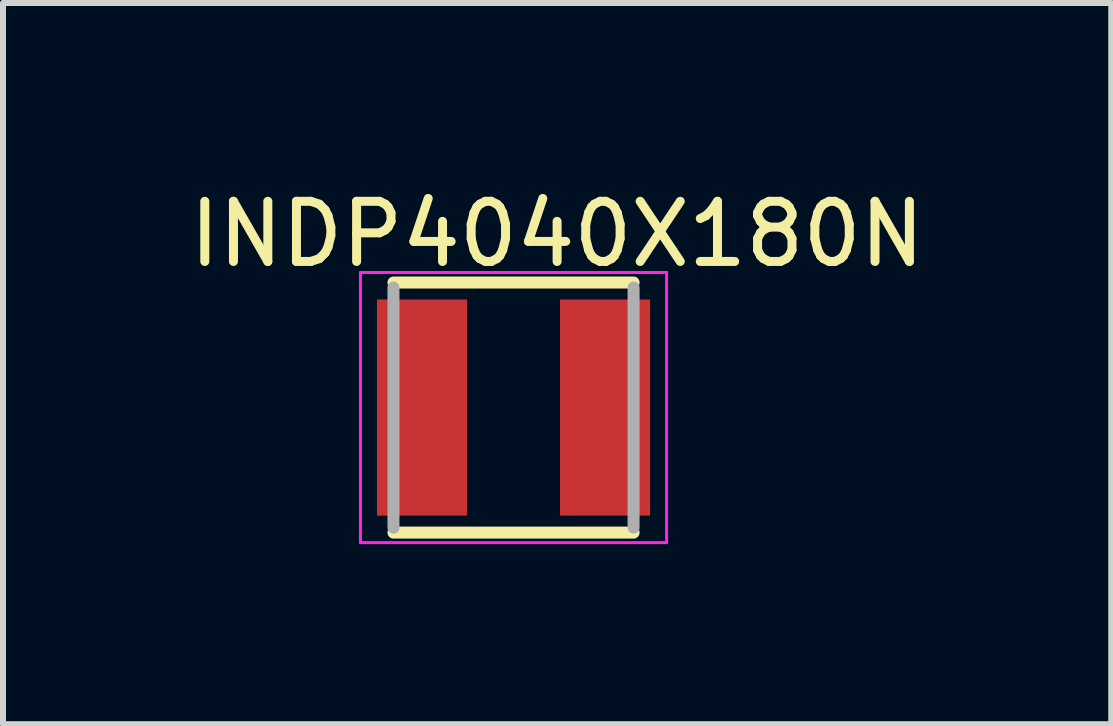
<source format=kicad_pcb>
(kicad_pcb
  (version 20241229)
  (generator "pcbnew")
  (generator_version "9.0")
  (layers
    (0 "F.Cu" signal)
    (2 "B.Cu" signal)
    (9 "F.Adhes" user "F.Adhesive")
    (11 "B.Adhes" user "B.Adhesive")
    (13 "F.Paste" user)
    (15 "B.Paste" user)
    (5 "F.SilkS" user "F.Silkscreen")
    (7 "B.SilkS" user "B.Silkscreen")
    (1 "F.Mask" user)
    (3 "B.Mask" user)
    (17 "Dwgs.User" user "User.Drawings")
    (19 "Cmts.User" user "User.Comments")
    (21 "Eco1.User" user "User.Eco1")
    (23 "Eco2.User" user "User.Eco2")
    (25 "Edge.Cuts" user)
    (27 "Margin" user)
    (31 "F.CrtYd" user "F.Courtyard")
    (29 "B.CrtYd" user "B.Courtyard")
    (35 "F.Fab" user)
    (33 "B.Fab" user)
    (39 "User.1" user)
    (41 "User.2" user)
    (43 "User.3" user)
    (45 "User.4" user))
  (footprint "INDP4040X180N"
    (layer "F.Cu")
    (at 5.505 3.74)
    (property "Reference" "INDP4040X180N" (at 0.726 -2.89 0) (layer "F.SilkS") (effects (font (size 1.002 1.002) (thickness 0.15))))
    (attr smd)
    (fp_line (start -2 -2.083) (end 2 -2.083) (stroke (width 0.2) (type solid)) (layer "F.SilkS"))
    (fp_line (start 2 2.083) (end -2 2.083) (stroke (width 0.2) (type solid)) (layer "F.SilkS"))
    (fp_line (start -2.55 -2.25) (end 2.55 -2.25) (stroke (width 0.05) (type solid)) (layer "F.CrtYd"))
    (fp_line (start -2.55 2.25) (end -2.55 -2.25) (stroke (width 0.05) (type solid)) (layer "F.CrtYd"))
    (fp_line (start 2.55 -2.25) (end 2.55 2.25) (stroke (width 0.05) (type solid)) (layer "F.CrtYd"))
    (fp_line (start 2.55 2.25) (end -2.55 2.25) (stroke (width 0.05) (type solid)) (layer "F.CrtYd"))
    (fp_line (start -2 2) (end -2 -2) (stroke (width 0.2) (type solid)) (layer "F.Fab"))
    (fp_line (start 2 -2) (end 2 2) (stroke (width 0.2) (type solid)) (layer "F.Fab"))
    (pad "1" smd rect (at -1.525 0) (size 1.5 3.6) (layers "F.Cu" "F.Mask" "F.Paste"))
    (pad "2" smd rect (at 1.525 0) (size 1.5 3.6) (layers "F.Cu" "F.Mask" "F.Paste")))
  (gr_rect
    (start -3 -3)
    (end 15.463 9.015)
    (stroke (width 0.1) (type default))
    (fill no)
    (layer "Edge.Cuts")))
</source>
